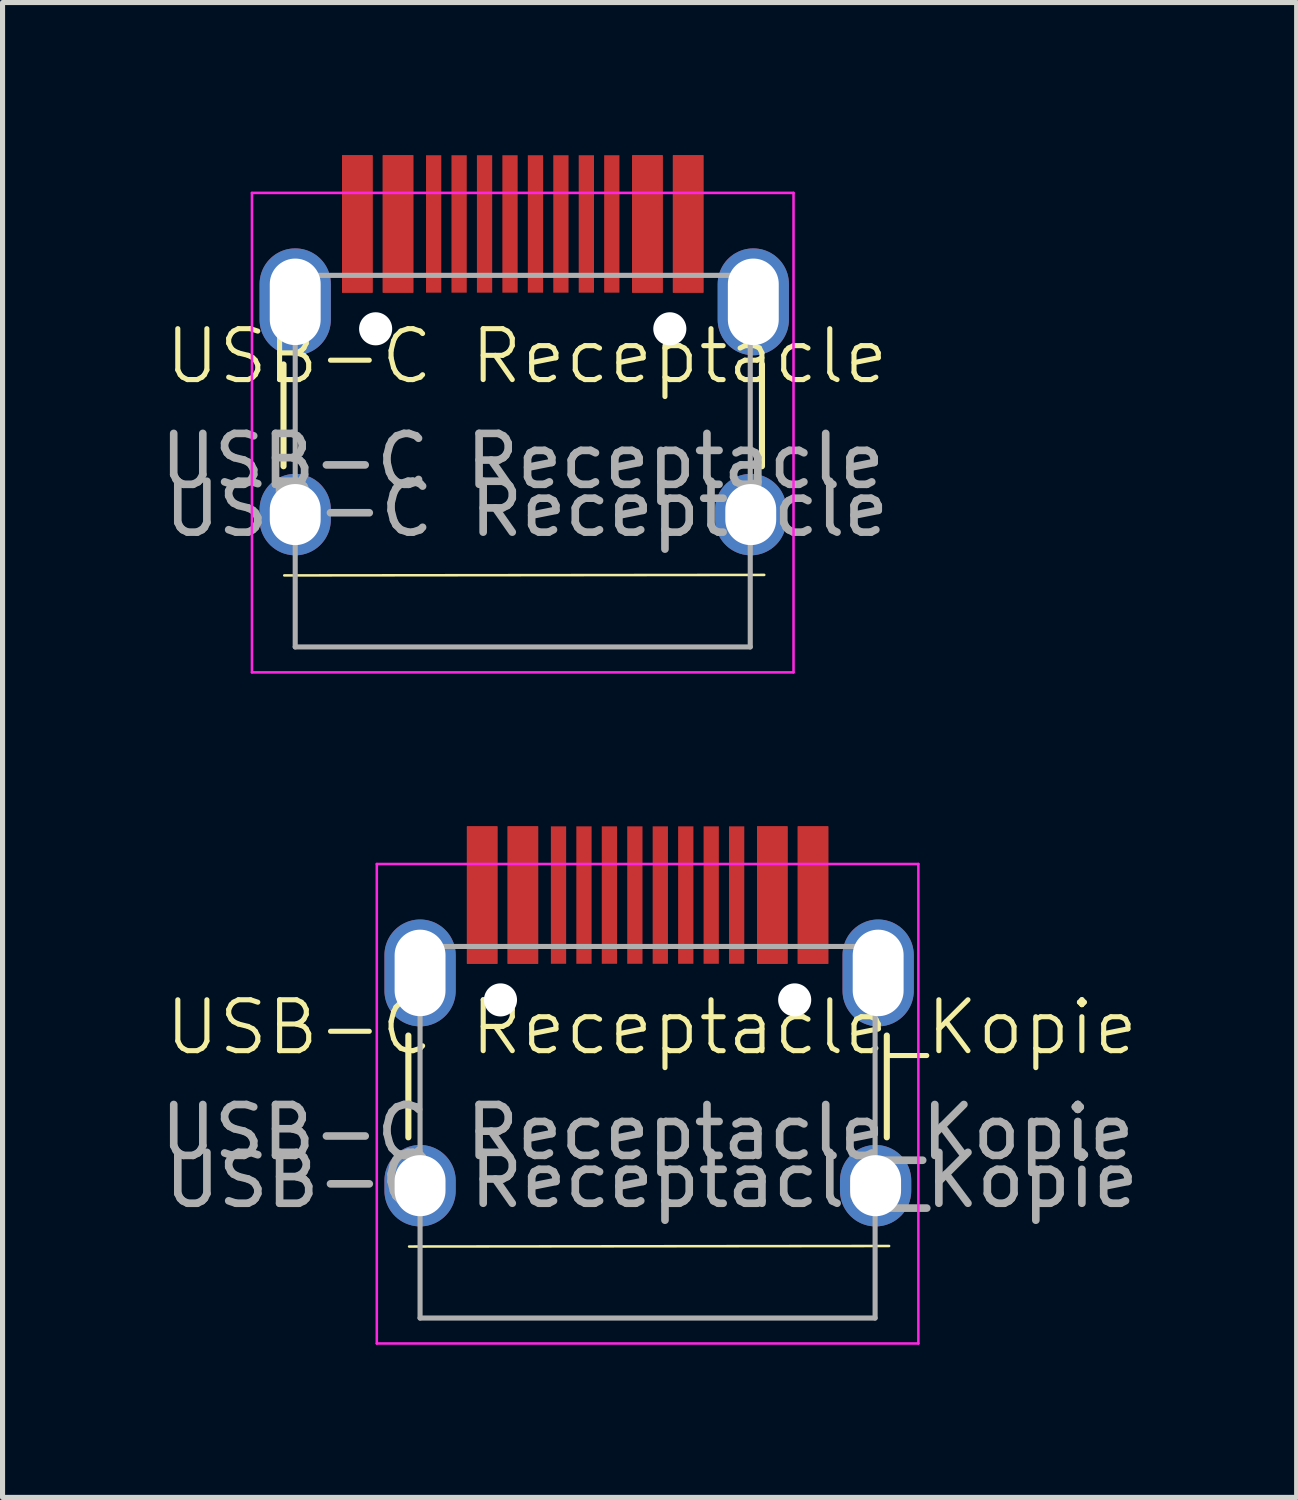
<source format=kicad_pcb>
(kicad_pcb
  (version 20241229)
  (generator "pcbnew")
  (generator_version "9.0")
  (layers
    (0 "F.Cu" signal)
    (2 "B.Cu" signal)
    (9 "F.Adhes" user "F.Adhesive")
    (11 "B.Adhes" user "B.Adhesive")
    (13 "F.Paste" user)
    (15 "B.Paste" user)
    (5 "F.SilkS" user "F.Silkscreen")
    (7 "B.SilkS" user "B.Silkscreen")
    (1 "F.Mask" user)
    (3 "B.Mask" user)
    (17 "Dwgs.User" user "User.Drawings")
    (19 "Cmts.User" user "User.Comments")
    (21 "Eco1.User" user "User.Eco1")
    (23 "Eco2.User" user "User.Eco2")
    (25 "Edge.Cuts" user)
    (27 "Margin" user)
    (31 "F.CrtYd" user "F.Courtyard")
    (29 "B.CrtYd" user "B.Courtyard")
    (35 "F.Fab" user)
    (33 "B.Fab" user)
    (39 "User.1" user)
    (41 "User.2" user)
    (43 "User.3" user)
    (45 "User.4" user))
  (footprint "USB-C Receptacle_Kopie"
    (layer "F.Cu")
    (at 9.753 17.635)
    (property "Reference" "USB-C Receptacle_Kopie" (at 0 -0.5 0) (unlocked yes) (layer "F.SilkS") (effects (font (size 1 1) (thickness 0.1))))
    (attr smd)
    (fp_line (start -4.78 -0.34) (end -4.78 1.66) (stroke (width 0.12) (type solid)) (layer "F.SilkS"))
    (fp_line (start -4.765 3.805) (end 4.665 3.795) (stroke (width 0.05) (type default)) (layer "F.SilkS"))
    (fp_line (start 4.62 -0.34) (end 4.62 1.66) (stroke (width 0.12) (type solid)) (layer "F.SilkS"))
    (fp_line (start -5.4 -3.71) (end -5.4 5.71) (stroke (width 0.05) (type solid)) (layer "F.CrtYd"))
    (fp_line (start -5.4 -3.71) (end 5.24 -3.71) (stroke (width 0.05) (type solid)) (layer "F.CrtYd"))
    (fp_line (start -5.4 5.71) (end 5.24 5.71) (stroke (width 0.05) (type solid)) (layer "F.CrtYd"))
    (fp_line (start 5.24 -3.71) (end 5.24 5.71) (stroke (width 0.05) (type solid)) (layer "F.CrtYd"))
    (fp_line (start -4.55 -2.09) (end -4.55 5.21) (stroke (width 0.1) (type solid)) (layer "F.Fab"))
    (fp_line (start -4.55 -2.09) (end 4.39 -2.09) (stroke (width 0.1) (type solid)) (layer "F.Fab"))
    (fp_line (start -4.55 5.21) (end 4.39 5.21) (stroke (width 0.1) (type solid)) (layer "F.Fab"))
    (fp_line (start 4.39 -2.09) (end 4.39 5.21) (stroke (width 0.1) (type solid)) (layer "F.Fab"))
    (fp_text user "${REFERENCE}" (at 0 2.5 0) (unlocked yes) (layer "F.Fab") (effects (font (size 1 1) (thickness 0.15))))
    (fp_text user "${REFERENCE}" (at -0.08 1.56 0) (layer "F.Fab") (effects (font (size 1 1) (thickness 0.15))))
    (pad "" np_thru_hole circle (at -2.97 -1.04) (size 0.65 0.65) (drill 0.65) (layers "*.Cu" "*.Mask"))
    (pad "" np_thru_hole circle (at 2.81 -1.04) (size 0.65 0.65) (drill 0.65) (layers "*.Cu" "*.Mask"))
    (pad "A1" smd rect (at -3.33 -3.1) (size 0.6 2.7) (layers "F.Cu" "F.Mask" "F.Paste"))
    (pad "A4" smd rect (at -2.53 -3.1) (size 0.6 2.7) (layers "F.Cu" "F.Mask" "F.Paste"))
    (pad "A5" smd rect (at -1.33 -3.1) (size 0.3 2.7) (layers "F.Cu" "F.Mask" "F.Paste"))
    (pad "A6" smd rect (at -0.33 -3.1) (size 0.3 2.7) (layers "F.Cu" "F.Mask" "F.Paste"))
    (pad "A7" smd rect (at 0.17 -3.1) (size 0.3 2.7) (layers "F.Cu" "F.Mask" "F.Paste"))
    (pad "A8" smd rect (at 1.17 -3.1) (size 0.3 2.7) (layers "F.Cu" "F.Mask" "F.Paste"))
    (pad "A9" smd rect (at 2.37 -3.1) (size 0.6 2.7) (layers "F.Cu" "F.Mask" "F.Paste"))
    (pad "A12" smd rect (at 3.17 -3.1) (size 0.6 2.7) (layers "F.Cu" "F.Mask" "F.Paste"))
    (pad "B1" smd rect (at 3.17 -3.1) (size 0.6 2.7) (layers "F.Cu" "F.Mask" "F.Paste"))
    (pad "B4" smd rect (at 2.37 -3.1) (size 0.6 2.7) (layers "F.Cu" "F.Mask" "F.Paste"))
    (pad "B5" smd rect (at 1.67 -3.1) (size 0.3 2.7) (layers "F.Cu" "F.Mask" "F.Paste"))
    (pad "B6" smd rect (at 0.67 -3.1) (size 0.3 2.7) (layers "F.Cu" "F.Mask" "F.Paste"))
    (pad "B7" smd rect (at -0.83 -3.1) (size 0.3 2.7) (layers "F.Cu" "F.Mask" "F.Paste"))
    (pad "B8" smd rect (at -1.83 -3.1) (size 0.3 2.7) (layers "F.Cu" "F.Mask" "F.Paste"))
    (pad "B9" smd rect (at -2.53 -3.1) (size 0.6 2.7) (layers "F.Cu" "F.Mask" "F.Paste"))
    (pad "B12" smd rect (at -3.33 -3.1) (size 0.6 2.7) (layers "F.Cu" "F.Mask" "F.Paste"))
    (pad "S1" thru_hole oval (at -4.55 -1.57) (size 1.4 2.1) (drill oval 1 1.7) (layers "*.Cu" "*.Mask"))
    (pad "S1" thru_hole oval (at -4.55 2.61) (size 1.4 1.6) (drill oval 1 1.2) (layers "*.Cu" "*.Mask"))
    (pad "S1" thru_hole oval (at 4.4 2.61) (size 1.4 1.6) (drill oval 1 1.2) (layers "*.Cu" "*.Mask"))
    (pad "S1" thru_hole oval (at 4.45 -1.57) (size 1.4 2.1) (drill oval 1 1.7) (layers "*.Cu" "*.Mask")))
  (footprint "USB-C Receptacle"
    (layer "F.Cu")
    (at 7.3 4.45)
    (property "Reference" "USB-C Receptacle" (at 0 -0.5 0) (unlocked yes) (layer "F.SilkS") (effects (font (size 1 1) (thickness 0.1))))
    (attr smd)
    (fp_line (start -4.78 -0.34) (end -4.78 1.66) (stroke (width 0.12) (type solid)) (layer "F.SilkS"))
    (fp_line (start -4.765 3.805) (end 4.665 3.795) (stroke (width 0.05) (type default)) (layer "F.SilkS"))
    (fp_line (start 4.62 -0.34) (end 4.62 1.66) (stroke (width 0.12) (type solid)) (layer "F.SilkS"))
    (fp_line (start -5.4 -3.71) (end -5.4 5.71) (stroke (width 0.05) (type solid)) (layer "F.CrtYd"))
    (fp_line (start -5.4 -3.71) (end 5.24 -3.71) (stroke (width 0.05) (type solid)) (layer "F.CrtYd"))
    (fp_line (start -5.4 5.71) (end 5.24 5.71) (stroke (width 0.05) (type solid)) (layer "F.CrtYd"))
    (fp_line (start 5.24 -3.71) (end 5.24 5.71) (stroke (width 0.05) (type solid)) (layer "F.CrtYd"))
    (fp_line (start -4.55 -2.09) (end -4.55 5.21) (stroke (width 0.1) (type solid)) (layer "F.Fab"))
    (fp_line (start -4.55 -2.09) (end 4.39 -2.09) (stroke (width 0.1) (type solid)) (layer "F.Fab"))
    (fp_line (start -4.55 5.21) (end 4.39 5.21) (stroke (width 0.1) (type solid)) (layer "F.Fab"))
    (fp_line (start 4.39 -2.09) (end 4.39 5.21) (stroke (width 0.1) (type solid)) (layer "F.Fab"))
    (fp_text user "${REFERENCE}" (at 0 2.5 0) (unlocked yes) (layer "F.Fab") (effects (font (size 1 1) (thickness 0.15))))
    (fp_text user "${REFERENCE}" (at -0.08 1.56 0) (layer "F.Fab") (effects (font (size 1 1) (thickness 0.15))))
    (pad "" np_thru_hole circle (at -2.97 -1.04) (size 0.65 0.65) (drill 0.65) (layers "*.Cu" "*.Mask"))
    (pad "" np_thru_hole circle (at 2.81 -1.04) (size 0.65 0.65) (drill 0.65) (layers "*.Cu" "*.Mask"))
    (pad "A1" smd rect (at -3.33 -3.1) (size 0.6 2.7) (layers "F.Cu" "F.Mask" "F.Paste"))
    (pad "A4" smd rect (at -2.53 -3.1) (size 0.6 2.7) (layers "F.Cu" "F.Mask" "F.Paste"))
    (pad "A5" smd rect (at -1.33 -3.1) (size 0.3 2.7) (layers "F.Cu" "F.Mask" "F.Paste"))
    (pad "A6" smd rect (at -0.33 -3.1) (size 0.3 2.7) (layers "F.Cu" "F.Mask" "F.Paste"))
    (pad "A7" smd rect (at 0.17 -3.1) (size 0.3 2.7) (layers "F.Cu" "F.Mask" "F.Paste"))
    (pad "A8" smd rect (at 1.17 -3.1) (size 0.3 2.7) (layers "F.Cu" "F.Mask" "F.Paste"))
    (pad "A9" smd rect (at 2.37 -3.1) (size 0.6 2.7) (layers "F.Cu" "F.Mask" "F.Paste"))
    (pad "A12" smd rect (at 3.17 -3.1) (size 0.6 2.7) (layers "F.Cu" "F.Mask" "F.Paste"))
    (pad "B1" smd rect (at 3.17 -3.1) (size 0.6 2.7) (layers "F.Cu" "F.Mask" "F.Paste"))
    (pad "B4" smd rect (at 2.37 -3.1) (size 0.6 2.7) (layers "F.Cu" "F.Mask" "F.Paste"))
    (pad "B5" smd rect (at 1.67 -3.1) (size 0.3 2.7) (layers "F.Cu" "F.Mask" "F.Paste"))
    (pad "B6" smd rect (at 0.67 -3.1) (size 0.3 2.7) (layers "F.Cu" "F.Mask" "F.Paste"))
    (pad "B7" smd rect (at -0.83 -3.1) (size 0.3 2.7) (layers "F.Cu" "F.Mask" "F.Paste"))
    (pad "B8" smd rect (at -1.83 -3.1) (size 0.3 2.7) (layers "F.Cu" "F.Mask" "F.Paste"))
    (pad "B9" smd rect (at -2.53 -3.1) (size 0.6 2.7) (layers "F.Cu" "F.Mask" "F.Paste"))
    (pad "B12" smd rect (at -3.33 -3.1) (size 0.6 2.7) (layers "F.Cu" "F.Mask" "F.Paste"))
    (pad "S1" thru_hole oval (at -4.55 -1.57) (size 1.4 2.1) (drill oval 1 1.7) (layers "*.Cu" "*.Mask"))
    (pad "S1" thru_hole oval (at -4.55 2.61) (size 1.4 1.6) (drill oval 1 1.2) (layers "*.Cu" "*.Mask"))
    (pad "S1" thru_hole oval (at 4.4 2.61) (size 1.4 1.6) (drill oval 1 1.2) (layers "*.Cu" "*.Mask"))
    (pad "S1" thru_hole oval (at 4.45 -1.57) (size 1.4 2.1) (drill oval 1 1.7) (layers "*.Cu" "*.Mask")))
  (gr_rect
    (start -3 -3)
    (end 22.425 26.37)
    (stroke (width 0.1) (type default))
    (fill no)
    (layer "Edge.Cuts")))
</source>
